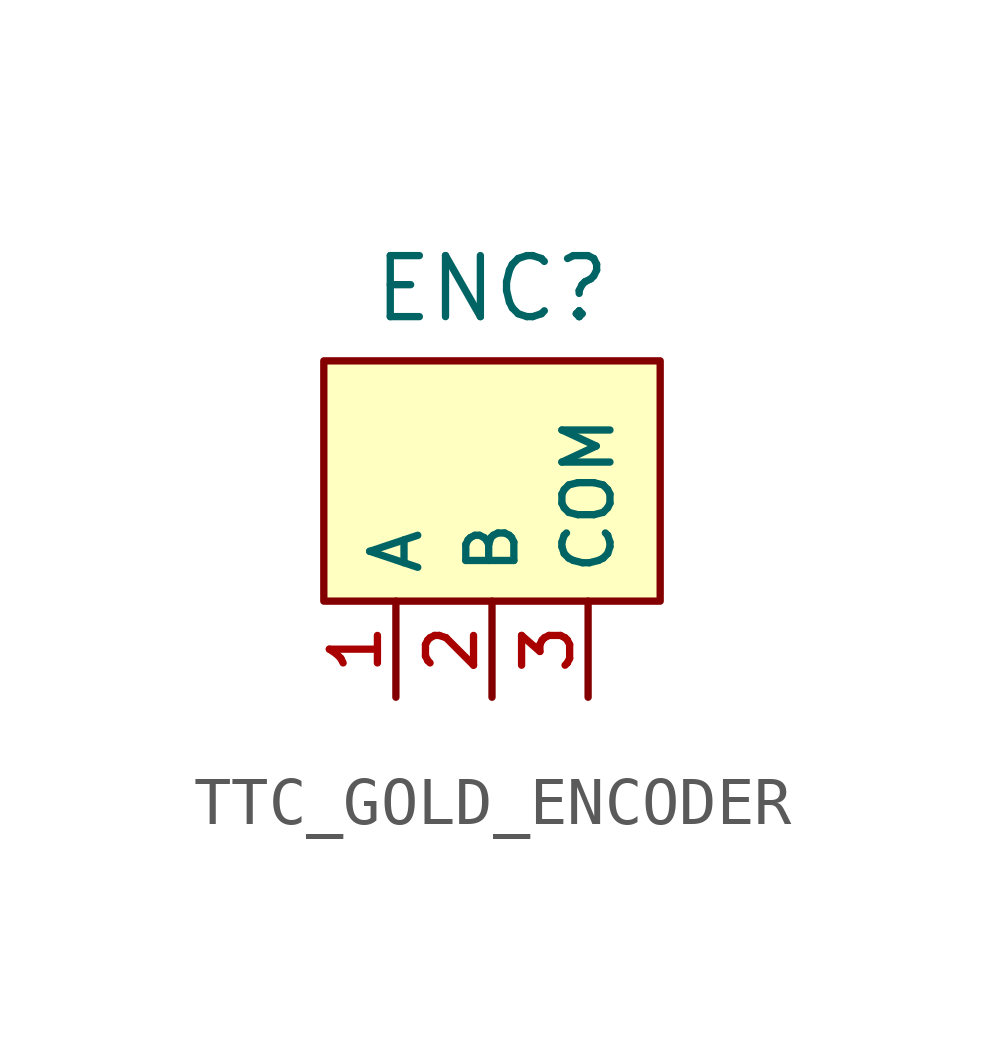
<source format=kicad_sym>
(kicad_symbol_lib
  (version 20220914)
  (generator kicad_symbol_editor)
  (symbol "TTC_GOLD_ENCODER"
    (property "Reference" "ENC"
      (at 0 0 0)
      (effects (font (size 1.27 1.27))))
    (property "Value" ""
      (at 0 0 0)
      (effects (font (size 1.27 1.27))))
    (symbol "TTC_GOLD_ENCODER_1_1"
      (rectangle (start -3.5 -1.5) (end 3.5 -6.5) (stroke (width 0) (type default)) (fill (type background)))
      (pin output line (at -2 -8.5 90) (length 2) (name "A" (effects (font (size 1 1)))) (number "1" (effects (font (size 1 1)))))
      (pin output line (at 0 -8.5 90) (length 2) (name "B" (effects (font (size 1 1)))) (number "2" (effects (font (size 1 1)))))
      (pin input line (at 2 -8.5 90) (length 2) (name "COM" (effects (font (size 1 1)))) (number "3" (effects (font (size 1 1))))))))
</source>
